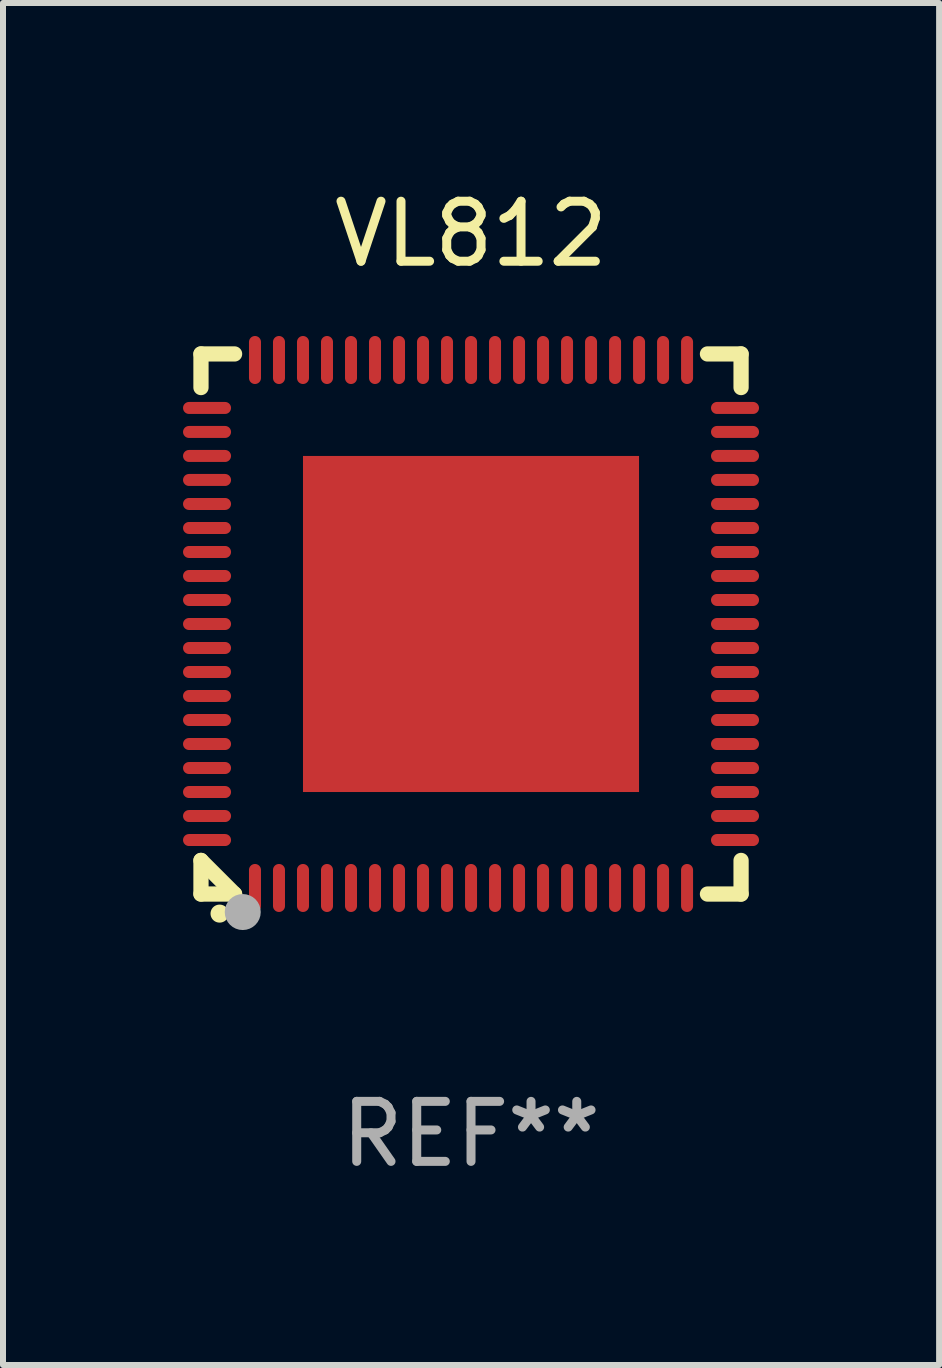
<source format=kicad_pcb>
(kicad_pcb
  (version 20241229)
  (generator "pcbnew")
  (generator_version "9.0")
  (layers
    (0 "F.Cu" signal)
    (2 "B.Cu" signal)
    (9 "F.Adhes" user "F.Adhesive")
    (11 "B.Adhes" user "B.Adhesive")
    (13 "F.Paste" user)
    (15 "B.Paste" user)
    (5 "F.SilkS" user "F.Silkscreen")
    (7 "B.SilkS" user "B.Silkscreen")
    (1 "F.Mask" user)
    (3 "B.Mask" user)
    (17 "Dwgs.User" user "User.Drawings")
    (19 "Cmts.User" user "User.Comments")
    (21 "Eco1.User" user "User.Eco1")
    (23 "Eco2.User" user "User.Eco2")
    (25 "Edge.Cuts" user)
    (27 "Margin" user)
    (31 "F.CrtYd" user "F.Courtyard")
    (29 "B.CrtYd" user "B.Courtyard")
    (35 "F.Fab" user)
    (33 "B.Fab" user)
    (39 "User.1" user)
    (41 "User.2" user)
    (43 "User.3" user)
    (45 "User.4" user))
  (footprint "VL812"
    (layer "F.Cu")
    (at 4.799 7.348)
    (property "Reference" "VL812" (at 0 -6.5 0) (layer "F.SilkS") (effects (font (size 1 1) (thickness 0.15))))
    (attr through_hole)
    (fp_line (start -4.5 -4.5) (end -3.94 -4.5) (stroke (width 0.254) (type solid)) (layer "F.SilkS"))
    (fp_line (start -4.5 -3.94) (end -4.5 -4.5) (stroke (width 0.254) (type solid)) (layer "F.SilkS"))
    (fp_line (start -4.5 4.5) (end -4.5 3.94) (stroke (width 0.254) (type solid)) (layer "F.SilkS"))
    (fp_line (start -4.5 4.5) (end -3.94 4.5) (stroke (width 0.254) (type solid)) (layer "F.SilkS"))
    (fp_line (start -4.5 3.94) (end -3.94 4.5) (stroke (width 0.254) (type solid)) (layer "F.SilkS"))
    (fp_line (start 3.94 -4.5) (end 4.5 -4.5) (stroke (width 0.254) (type solid)) (layer "F.SilkS"))
    (fp_line (start 3.94 4.5) (end 4.5 4.5) (stroke (width 0.254) (type solid)) (layer "F.SilkS"))
    (fp_line (start 4.5 -4.5) (end 4.5 -3.94) (stroke (width 0.254) (type solid)) (layer "F.SilkS"))
    (fp_line (start 4.5 3.94) (end 4.5 4.5) (stroke (width 0.254) (type solid)) (layer "F.SilkS"))
    (fp_arc (start -4.190907 4.826073) (mid -4.189637 4.826068) (end -4.188367 4.826073) (stroke (width 0.3) (type solid)) (layer "F.SilkS"))
    (fp_circle (center -4.5 4.5) (end -4.47 4.5) (stroke (width 0.06) (type solid)) (fill no) (layer "F.SilkS"))
    (fp_circle (center -3.804 4.8) (end -3.654 4.8) (stroke (width 0.3) (type solid)) (fill no) (layer "F.Fab"))
    (fp_text user "REF**" (at 0 8.5 0) (layer "F.Fab") (effects (font (size 1 1) (thickness 0.15))))
    (pad "1" smd oval (at -3.6 4.399 180) (size 0.2 0.8) (layers "F.Cu" "F.Mask" "F.Paste"))
    (pad "2" smd oval (at -3.2 4.399 180) (size 0.2 0.8) (layers "F.Cu" "F.Mask" "F.Paste"))
    (pad "3" smd oval (at -2.8 4.399 180) (size 0.2 0.8) (layers "F.Cu" "F.Mask" "F.Paste"))
    (pad "4" smd oval (at -2.4 4.399 180) (size 0.2 0.8) (layers "F.Cu" "F.Mask" "F.Paste"))
    (pad "5" smd oval (at -2 4.399 180) (size 0.2 0.8) (layers "F.Cu" "F.Mask" "F.Paste"))
    (pad "6" smd oval (at -1.6 4.399 180) (size 0.2 0.8) (layers "F.Cu" "F.Mask" "F.Paste"))
    (pad "7" smd oval (at -1.2 4.399 180) (size 0.2 0.8) (layers "F.Cu" "F.Mask" "F.Paste"))
    (pad "8" smd oval (at -0.8 4.399 180) (size 0.2 0.8) (layers "F.Cu" "F.Mask" "F.Paste"))
    (pad "9" smd oval (at -0.4 4.399 180) (size 0.2 0.8) (layers "F.Cu" "F.Mask" "F.Paste"))
    (pad "10" smd oval (at 0.000203 4.399 180) (size 0.2 0.8) (layers "F.Cu" "F.Mask" "F.Paste"))
    (pad "11" smd oval (at 0.4 4.399 180) (size 0.2 0.8) (layers "F.Cu" "F.Mask" "F.Paste"))
    (pad "12" smd oval (at 0.8 4.399 180) (size 0.2 0.8) (layers "F.Cu" "F.Mask" "F.Paste"))
    (pad "13" smd oval (at 1.2 4.399 180) (size 0.2 0.8) (layers "F.Cu" "F.Mask" "F.Paste"))
    (pad "14" smd oval (at 1.6 4.399 180) (size 0.2 0.8) (layers "F.Cu" "F.Mask" "F.Paste"))
    (pad "15" smd oval (at 2 4.399 180) (size 0.2 0.8) (layers "F.Cu" "F.Mask" "F.Paste"))
    (pad "16" smd oval (at 2.4 4.399 180) (size 0.2 0.8) (layers "F.Cu" "F.Mask" "F.Paste"))
    (pad "17" smd oval (at 2.8 4.399 180) (size 0.2 0.8) (layers "F.Cu" "F.Mask" "F.Paste"))
    (pad "18" smd oval (at 3.2 4.399 180) (size 0.2 0.8) (layers "F.Cu" "F.Mask" "F.Paste"))
    (pad "19" smd oval (at 3.6 4.399 180) (size 0.2 0.8) (layers "F.Cu" "F.Mask" "F.Paste"))
    (pad "20" smd oval (at 4.399 3.6 270) (size 0.2 0.8) (layers "F.Cu" "F.Mask" "F.Paste"))
    (pad "21" smd oval (at 4.399 3.2 270) (size 0.2 0.8) (layers "F.Cu" "F.Mask" "F.Paste"))
    (pad "22" smd oval (at 4.399 2.8 270) (size 0.2 0.8) (layers "F.Cu" "F.Mask" "F.Paste"))
    (pad "23" smd oval (at 4.399 2.4 270) (size 0.2 0.8) (layers "F.Cu" "F.Mask" "F.Paste"))
    (pad "24" smd oval (at 4.399 2 270) (size 0.2 0.8) (layers "F.Cu" "F.Mask" "F.Paste"))
    (pad "25" smd oval (at 4.399 1.6 270) (size 0.2 0.8) (layers "F.Cu" "F.Mask" "F.Paste"))
    (pad "26" smd oval (at 4.399 1.2 270) (size 0.2 0.8) (layers "F.Cu" "F.Mask" "F.Paste"))
    (pad "27" smd oval (at 4.399 0.8 270) (size 0.2 0.8) (layers "F.Cu" "F.Mask" "F.Paste"))
    (pad "28" smd oval (at 4.399 0.4 270) (size 0.2 0.8) (layers "F.Cu" "F.Mask" "F.Paste"))
    (pad "29" smd oval (at 4.399 0.000165 270) (size 0.2 0.8) (layers "F.Cu" "F.Mask" "F.Paste"))
    (pad "30" smd oval (at 4.399 -0.4 270) (size 0.2 0.8) (layers "F.Cu" "F.Mask" "F.Paste"))
    (pad "31" smd oval (at 4.399 -0.8 270) (size 0.2 0.8) (layers "F.Cu" "F.Mask" "F.Paste"))
    (pad "32" smd oval (at 4.399 -1.2 270) (size 0.2 0.8) (layers "F.Cu" "F.Mask" "F.Paste"))
    (pad "33" smd oval (at 4.399 -1.6 270) (size 0.2 0.8) (layers "F.Cu" "F.Mask" "F.Paste"))
    (pad "34" smd oval (at 4.399 -2 270) (size 0.2 0.8) (layers "F.Cu" "F.Mask" "F.Paste"))
    (pad "35" smd oval (at 4.399 -2.4 270) (size 0.2 0.8) (layers "F.Cu" "F.Mask" "F.Paste"))
    (pad "36" smd oval (at 4.399 -2.8 270) (size 0.2 0.8) (layers "F.Cu" "F.Mask" "F.Paste"))
    (pad "37" smd oval (at 4.399 -3.2 270) (size 0.2 0.8) (layers "F.Cu" "F.Mask" "F.Paste"))
    (pad "38" smd oval (at 4.399 -3.6 270) (size 0.2 0.8) (layers "F.Cu" "F.Mask" "F.Paste"))
    (pad "39" smd oval (at 3.6 -4.399) (size 0.2 0.8) (layers "F.Cu" "F.Mask" "F.Paste"))
    (pad "40" smd oval (at 3.2 -4.399) (size 0.2 0.8) (layers "F.Cu" "F.Mask" "F.Paste"))
    (pad "41" smd oval (at 2.8 -4.399) (size 0.2 0.8) (layers "F.Cu" "F.Mask" "F.Paste"))
    (pad "42" smd oval (at 2.4 -4.399) (size 0.2 0.8) (layers "F.Cu" "F.Mask" "F.Paste"))
    (pad "43" smd oval (at 2 -4.399) (size 0.2 0.8) (layers "F.Cu" "F.Mask" "F.Paste"))
    (pad "44" smd oval (at 1.6 -4.399) (size 0.2 0.8) (layers "F.Cu" "F.Mask" "F.Paste"))
    (pad "45" smd oval (at 1.2 -4.399) (size 0.2 0.8) (layers "F.Cu" "F.Mask" "F.Paste"))
    (pad "46" smd oval (at 0.8 -4.399) (size 0.2 0.8) (layers "F.Cu" "F.Mask" "F.Paste"))
    (pad "47" smd oval (at 0.4 -4.399) (size 0.2 0.8) (layers "F.Cu" "F.Mask" "F.Paste"))
    (pad "48" smd oval (at 0.000203 -4.399) (size 0.2 0.8) (layers "F.Cu" "F.Mask" "F.Paste"))
    (pad "49" smd oval (at -0.4 -4.399) (size 0.2 0.8) (layers "F.Cu" "F.Mask" "F.Paste"))
    (pad "50" smd oval (at -0.8 -4.399) (size 0.2 0.8) (layers "F.Cu" "F.Mask" "F.Paste"))
    (pad "51" smd oval (at -1.2 -4.399) (size 0.2 0.8) (layers "F.Cu" "F.Mask" "F.Paste"))
    (pad "52" smd oval (at -1.6 -4.399) (size 0.2 0.8) (layers "F.Cu" "F.Mask" "F.Paste"))
    (pad "53" smd oval (at -2 -4.399) (size 0.2 0.8) (layers "F.Cu" "F.Mask" "F.Paste"))
    (pad "54" smd oval (at -2.4 -4.399) (size 0.2 0.8) (layers "F.Cu" "F.Mask" "F.Paste"))
    (pad "55" smd oval (at -2.8 -4.399) (size 0.2 0.8) (layers "F.Cu" "F.Mask" "F.Paste"))
    (pad "56" smd oval (at -3.2 -4.399) (size 0.2 0.8) (layers "F.Cu" "F.Mask" "F.Paste"))
    (pad "57" smd oval (at -3.6 -4.399) (size 0.2 0.8) (layers "F.Cu" "F.Mask" "F.Paste"))
    (pad "58" smd oval (at -4.399 -3.6 90) (size 0.2 0.8) (layers "F.Cu" "F.Mask" "F.Paste"))
    (pad "59" smd oval (at -4.399 -3.2 90) (size 0.2 0.8) (layers "F.Cu" "F.Mask" "F.Paste"))
    (pad "60" smd oval (at -4.399 -2.8 90) (size 0.2 0.8) (layers "F.Cu" "F.Mask" "F.Paste"))
    (pad "61" smd oval (at -4.399 -2.4 90) (size 0.2 0.8) (layers "F.Cu" "F.Mask" "F.Paste"))
    (pad "62" smd oval (at -4.399 -2 90) (size 0.2 0.8) (layers "F.Cu" "F.Mask" "F.Paste"))
    (pad "63" smd oval (at -4.399 -1.6 90) (size 0.2 0.8) (layers "F.Cu" "F.Mask" "F.Paste"))
    (pad "64" smd oval (at -4.399 -1.2 90) (size 0.2 0.8) (layers "F.Cu" "F.Mask" "F.Paste"))
    (pad "65" smd oval (at -4.399 -0.8 90) (size 0.2 0.8) (layers "F.Cu" "F.Mask" "F.Paste"))
    (pad "66" smd oval (at -4.399 -0.4 90) (size 0.2 0.8) (layers "F.Cu" "F.Mask" "F.Paste"))
    (pad "67" smd oval (at -4.399 0.000165 90) (size 0.2 0.8) (layers "F.Cu" "F.Mask" "F.Paste"))
    (pad "68" smd oval (at -4.399 0.4 90) (size 0.2 0.8) (layers "F.Cu" "F.Mask" "F.Paste"))
    (pad "69" smd oval (at -4.399 0.8 90) (size 0.2 0.8) (layers "F.Cu" "F.Mask" "F.Paste"))
    (pad "70" smd oval (at -4.399 1.2 90) (size 0.2 0.8) (layers "F.Cu" "F.Mask" "F.Paste"))
    (pad "71" smd oval (at -4.399 1.6 90) (size 0.2 0.8) (layers "F.Cu" "F.Mask" "F.Paste"))
    (pad "72" smd oval (at -4.399 2 90) (size 0.2 0.8) (layers "F.Cu" "F.Mask" "F.Paste"))
    (pad "73" smd oval (at -4.399 2.4 90) (size 0.2 0.8) (layers "F.Cu" "F.Mask" "F.Paste"))
    (pad "74" smd oval (at -4.399 2.8 90) (size 0.2 0.8) (layers "F.Cu" "F.Mask" "F.Paste"))
    (pad "75" smd oval (at -4.399 3.2 90) (size 0.2 0.8) (layers "F.Cu" "F.Mask" "F.Paste"))
    (pad "76" smd oval (at -4.399 3.6 90) (size 0.2 0.8) (layers "F.Cu" "F.Mask" "F.Paste"))
    (pad "77" smd rect (at -0.000051 -0.000089 90) (size 5.6 5.6) (layers "F.Cu" "F.Mask" "F.Paste")))
  (gr_rect
    (start -3 -3)
    (end 12.599 19.696)
    (stroke (width 0.1) (type default))
    (fill no)
    (layer "Edge.Cuts")))
</source>
